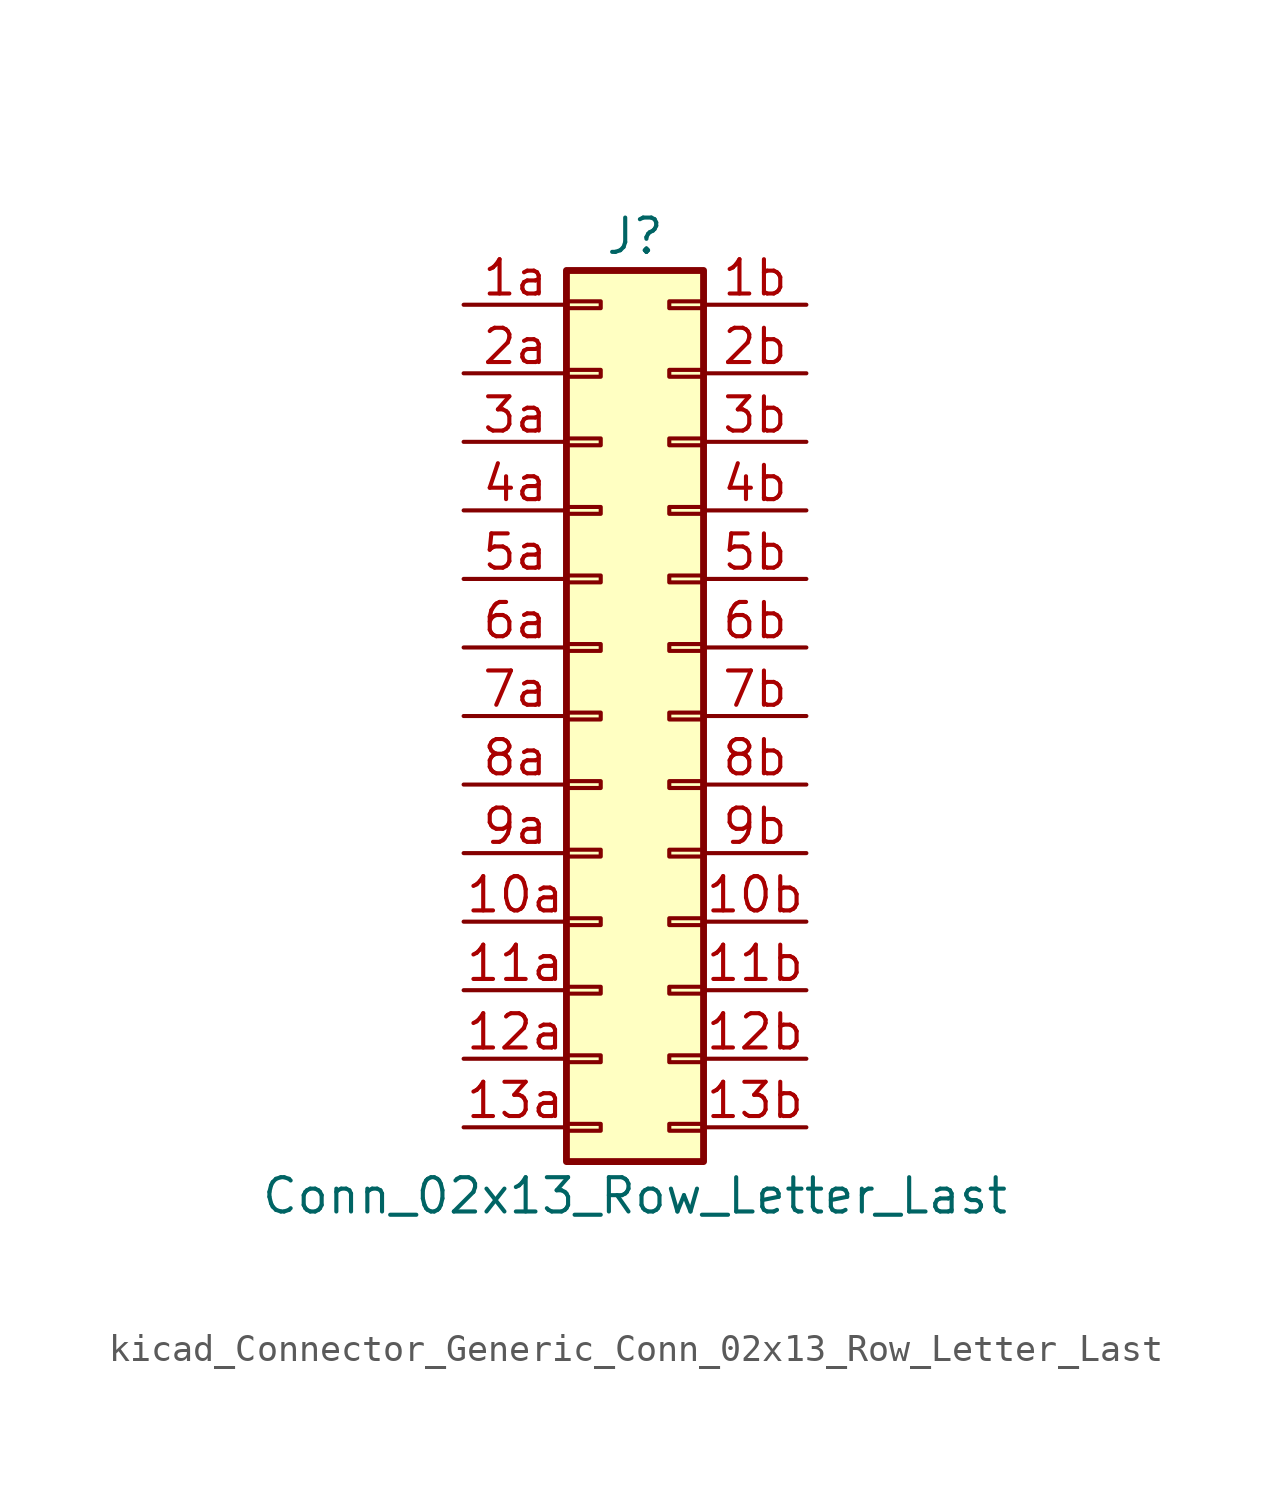
<source format=kicad_sym>
(kicad_symbol_lib
  (version 20220914)
  (generator kicad_symbol_editor)
  (symbol "kicad_Connector_Generic_Conn_02x13_Row_Letter_Last"
    (pin_names
      (offset 1.016) hide)
    (property "Reference" "J"
      (at 1.27 17.78 0)
      (effects (font (size 1.27 1.27))))
    (property "Value" "Conn_02x13_Row_Letter_Last"
      (at 1.27 -17.78 0)
      (effects (font (size 1.27 1.27))))
    (symbol "kicad_Connector_Generic_Conn_02x13_Row_Letter_Last_1_1"
      (rectangle (start -1.27 -15.113) (end 0 -15.367) (stroke (width 0.152) (type default)) (fill (type none)))
      (rectangle (start -1.27 -12.573) (end 0 -12.827) (stroke (width 0.152) (type default)) (fill (type none)))
      (rectangle (start -1.27 -10.033) (end 0 -10.287) (stroke (width 0.152) (type default)) (fill (type none)))
      (rectangle (start -1.27 -7.493) (end 0 -7.747) (stroke (width 0.152) (type default)) (fill (type none)))
      (rectangle (start -1.27 -4.953) (end 0 -5.207) (stroke (width 0.152) (type default)) (fill (type none)))
      (rectangle (start -1.27 -2.413) (end 0 -2.667) (stroke (width 0.152) (type default)) (fill (type none)))
      (rectangle (start -1.27 0.127) (end 0 -0.127) (stroke (width 0.152) (type default)) (fill (type none)))
      (rectangle (start -1.27 2.667) (end 0 2.413) (stroke (width 0.152) (type default)) (fill (type none)))
      (rectangle (start -1.27 5.207) (end 0 4.953) (stroke (width 0.152) (type default)) (fill (type none)))
      (rectangle (start -1.27 7.747) (end 0 7.493) (stroke (width 0.152) (type default)) (fill (type none)))
      (rectangle (start -1.27 10.287) (end 0 10.033) (stroke (width 0.152) (type default)) (fill (type none)))
      (rectangle (start -1.27 12.827) (end 0 12.573) (stroke (width 0.152) (type default)) (fill (type none)))
      (rectangle (start -1.27 15.367) (end 0 15.113) (stroke (width 0.152) (type default)) (fill (type none)))
      (rectangle (start -1.27 16.51) (end 3.81 -16.51) (stroke (width 0.254) (type default)) (fill (type background)))
      (rectangle (start 3.81 -15.113) (end 2.54 -15.367) (stroke (width 0.152) (type default)) (fill (type none)))
      (rectangle (start 3.81 -12.573) (end 2.54 -12.827) (stroke (width 0.152) (type default)) (fill (type none)))
      (rectangle (start 3.81 -10.033) (end 2.54 -10.287) (stroke (width 0.152) (type default)) (fill (type none)))
      (rectangle (start 3.81 -7.493) (end 2.54 -7.747) (stroke (width 0.152) (type default)) (fill (type none)))
      (rectangle (start 3.81 -4.953) (end 2.54 -5.207) (stroke (width 0.152) (type default)) (fill (type none)))
      (rectangle (start 3.81 -2.413) (end 2.54 -2.667) (stroke (width 0.152) (type default)) (fill (type none)))
      (rectangle (start 3.81 0.127) (end 2.54 -0.127) (stroke (width 0.152) (type default)) (fill (type none)))
      (rectangle (start 3.81 2.667) (end 2.54 2.413) (stroke (width 0.152) (type default)) (fill (type none)))
      (rectangle (start 3.81 5.207) (end 2.54 4.953) (stroke (width 0.152) (type default)) (fill (type none)))
      (rectangle (start 3.81 7.747) (end 2.54 7.493) (stroke (width 0.152) (type default)) (fill (type none)))
      (rectangle (start 3.81 10.287) (end 2.54 10.033) (stroke (width 0.152) (type default)) (fill (type none)))
      (rectangle (start 3.81 12.827) (end 2.54 12.573) (stroke (width 0.152) (type default)) (fill (type none)))
      (rectangle (start 3.81 15.367) (end 2.54 15.113) (stroke (width 0.152) (type default)) (fill (type none)))
      (pin passive line (at -5.08 -7.62 0) (length 3.81) (name "Pin_10a" (effects (font (size 1.27 1.27)))) (number "10a" (effects (font (size 1.27 1.27)))))
      (pin passive line (at 7.62 -7.62 180) (length 3.81) (name "Pin_10b" (effects (font (size 1.27 1.27)))) (number "10b" (effects (font (size 1.27 1.27)))))
      (pin passive line (at -5.08 -10.16 0) (length 3.81) (name "Pin_11a" (effects (font (size 1.27 1.27)))) (number "11a" (effects (font (size 1.27 1.27)))))
      (pin passive line (at 7.62 -10.16 180) (length 3.81) (name "Pin_11b" (effects (font (size 1.27 1.27)))) (number "11b" (effects (font (size 1.27 1.27)))))
      (pin passive line (at -5.08 -12.7 0) (length 3.81) (name "Pin_12a" (effects (font (size 1.27 1.27)))) (number "12a" (effects (font (size 1.27 1.27)))))
      (pin passive line (at 7.62 -12.7 180) (length 3.81) (name "Pin_12b" (effects (font (size 1.27 1.27)))) (number "12b" (effects (font (size 1.27 1.27)))))
      (pin passive line (at -5.08 -15.24 0) (length 3.81) (name "Pin_13a" (effects (font (size 1.27 1.27)))) (number "13a" (effects (font (size 1.27 1.27)))))
      (pin passive line (at 7.62 -15.24 180) (length 3.81) (name "Pin_13b" (effects (font (size 1.27 1.27)))) (number "13b" (effects (font (size 1.27 1.27)))))
      (pin passive line (at -5.08 15.24 0) (length 3.81) (name "Pin_1a" (effects (font (size 1.27 1.27)))) (number "1a" (effects (font (size 1.27 1.27)))))
      (pin passive line (at 7.62 15.24 180) (length 3.81) (name "Pin_1b" (effects (font (size 1.27 1.27)))) (number "1b" (effects (font (size 1.27 1.27)))))
      (pin passive line (at -5.08 12.7 0) (length 3.81) (name "Pin_2a" (effects (font (size 1.27 1.27)))) (number "2a" (effects (font (size 1.27 1.27)))))
      (pin passive line (at 7.62 12.7 180) (length 3.81) (name "Pin_2b" (effects (font (size 1.27 1.27)))) (number "2b" (effects (font (size 1.27 1.27)))))
      (pin passive line (at -5.08 10.16 0) (length 3.81) (name "Pin_3a" (effects (font (size 1.27 1.27)))) (number "3a" (effects (font (size 1.27 1.27)))))
      (pin passive line (at 7.62 10.16 180) (length 3.81) (name "Pin_3b" (effects (font (size 1.27 1.27)))) (number "3b" (effects (font (size 1.27 1.27)))))
      (pin passive line (at -5.08 7.62 0) (length 3.81) (name "Pin_4a" (effects (font (size 1.27 1.27)))) (number "4a" (effects (font (size 1.27 1.27)))))
      (pin passive line (at 7.62 7.62 180) (length 3.81) (name "Pin_4b" (effects (font (size 1.27 1.27)))) (number "4b" (effects (font (size 1.27 1.27)))))
      (pin passive line (at -5.08 5.08 0) (length 3.81) (name "Pin_5a" (effects (font (size 1.27 1.27)))) (number "5a" (effects (font (size 1.27 1.27)))))
      (pin passive line (at 7.62 5.08 180) (length 3.81) (name "Pin_5b" (effects (font (size 1.27 1.27)))) (number "5b" (effects (font (size 1.27 1.27)))))
      (pin passive line (at -5.08 2.54 0) (length 3.81) (name "Pin_6a" (effects (font (size 1.27 1.27)))) (number "6a" (effects (font (size 1.27 1.27)))))
      (pin passive line (at 7.62 2.54 180) (length 3.81) (name "Pin_6b" (effects (font (size 1.27 1.27)))) (number "6b" (effects (font (size 1.27 1.27)))))
      (pin passive line (at -5.08 0 0) (length 3.81) (name "Pin_7a" (effects (font (size 1.27 1.27)))) (number "7a" (effects (font (size 1.27 1.27)))))
      (pin passive line (at 7.62 0 180) (length 3.81) (name "Pin_7b" (effects (font (size 1.27 1.27)))) (number "7b" (effects (font (size 1.27 1.27)))))
      (pin passive line (at -5.08 -2.54 0) (length 3.81) (name "Pin_8a" (effects (font (size 1.27 1.27)))) (number "8a" (effects (font (size 1.27 1.27)))))
      (pin passive line (at 7.62 -2.54 180) (length 3.81) (name "Pin_8b" (effects (font (size 1.27 1.27)))) (number "8b" (effects (font (size 1.27 1.27)))))
      (pin passive line (at -5.08 -5.08 0) (length 3.81) (name "Pin_9a" (effects (font (size 1.27 1.27)))) (number "9a" (effects (font (size 1.27 1.27)))))
      (pin passive line (at 7.62 -5.08 180) (length 3.81) (name "Pin_9b" (effects (font (size 1.27 1.27)))) (number "9b" (effects (font (size 1.27 1.27))))))))
</source>
